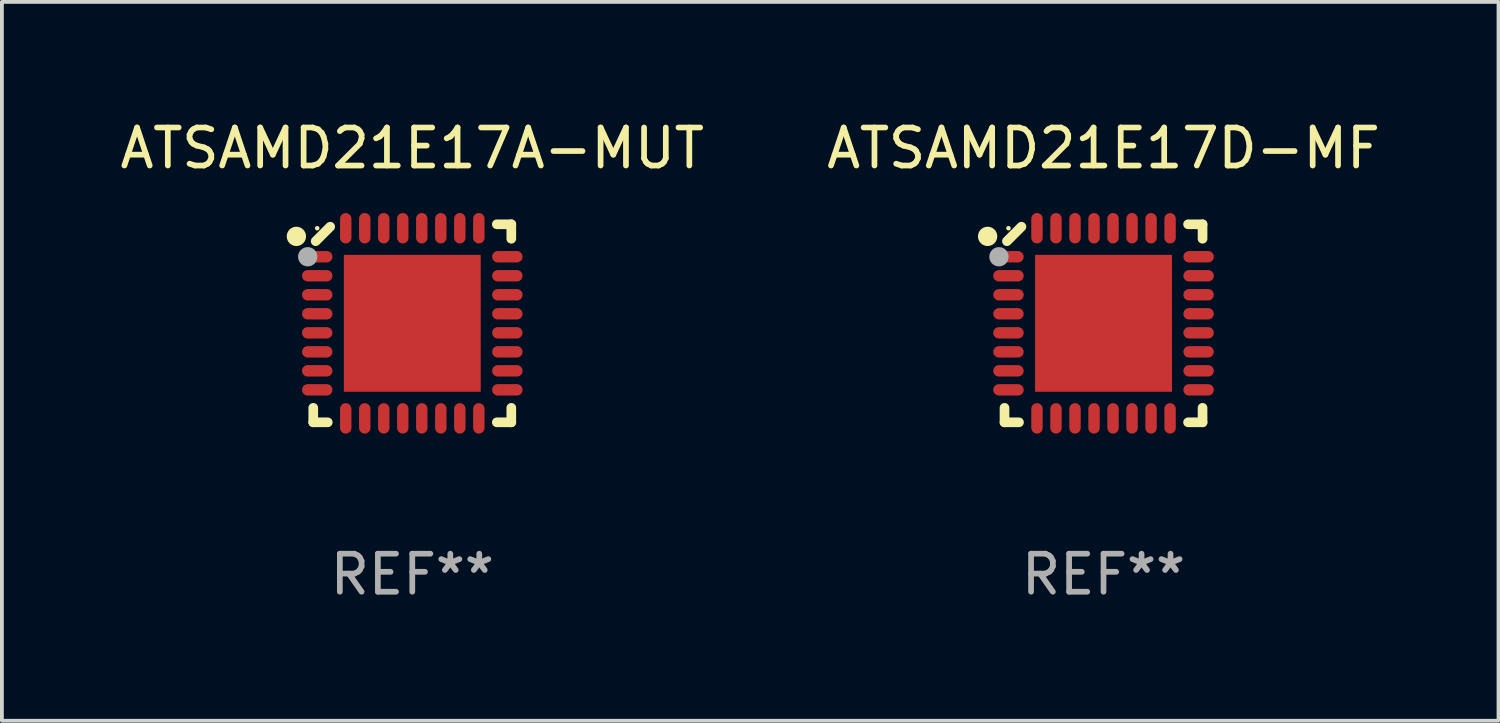
<source format=kicad_pcb>
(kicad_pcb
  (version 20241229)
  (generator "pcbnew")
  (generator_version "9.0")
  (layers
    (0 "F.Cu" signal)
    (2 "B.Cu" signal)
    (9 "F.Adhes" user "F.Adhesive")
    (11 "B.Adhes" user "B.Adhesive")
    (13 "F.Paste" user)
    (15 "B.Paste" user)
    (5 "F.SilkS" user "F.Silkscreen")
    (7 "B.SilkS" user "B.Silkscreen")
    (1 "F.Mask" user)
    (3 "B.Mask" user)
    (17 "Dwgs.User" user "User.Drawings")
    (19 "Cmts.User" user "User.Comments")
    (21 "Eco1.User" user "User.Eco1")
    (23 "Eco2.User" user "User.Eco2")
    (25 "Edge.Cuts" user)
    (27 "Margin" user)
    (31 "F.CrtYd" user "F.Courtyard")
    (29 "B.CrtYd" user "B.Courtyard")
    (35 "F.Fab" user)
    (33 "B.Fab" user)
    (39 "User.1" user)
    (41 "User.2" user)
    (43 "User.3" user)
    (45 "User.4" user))
  (footprint "ATSAMD21E17A-MUT"
    (layer "F.Cu")
    (at 7.792 5.452)
    (property "Reference" "ATSAMD21E17A-MUT" (at 0 -4.604 0) (layer "F.SilkS") (effects (font (size 1 1) (thickness 0.15))))
    (attr through_hole)
    (fp_line (start -2.604 2.223) (end -2.604 2.604) (stroke (width 0.254) (type solid)) (layer "F.SilkS"))
    (fp_line (start -2.604 2.604) (end -2.223 2.604) (stroke (width 0.254) (type solid)) (layer "F.SilkS"))
    (fp_line (start -2.159 -2.54) (end -2.54 -2.159) (stroke (width 0.254) (type solid)) (layer "F.SilkS"))
    (fp_line (start 2.223 2.604) (end 2.604 2.604) (stroke (width 0.254) (type solid)) (layer "F.SilkS"))
    (fp_line (start 2.604 -2.604) (end 2.223 -2.604) (stroke (width 0.254) (type solid)) (layer "F.SilkS"))
    (fp_line (start 2.604 -2.223) (end 2.604 -2.604) (stroke (width 0.254) (type solid)) (layer "F.SilkS"))
    (fp_line (start 2.604 2.604) (end 2.604 2.223) (stroke (width 0.254) (type solid)) (layer "F.SilkS"))
    (fp_circle (center -3.048 -2.286) (end -2.921 -2.286) (stroke (width 0.254) (type solid)) (fill no) (layer "F.SilkS"))
    (fp_circle (center -2.5 -2.5) (end -2.47 -2.5) (stroke (width 0.06) (type solid)) (fill no) (layer "F.SilkS"))
    (fp_circle (center -2.75 -1.75) (end -2.623 -1.75) (stroke (width 0.254) (type solid)) (fill no) (layer "F.Fab"))
    (fp_text user "REF**" (at 0 6.604 0) (layer "F.Fab") (effects (font (size 1 1) (thickness 0.15))))
    (pad "1" smd oval (at -2.5 -1.75) (size 0.8 0.3) (layers "F.Cu" "F.Mask" "F.Paste"))
    (pad "2" smd oval (at -2.5 -1.25) (size 0.8 0.3) (layers "F.Cu" "F.Mask" "F.Paste"))
    (pad "3" smd oval (at -2.5 -0.75) (size 0.8 0.3) (layers "F.Cu" "F.Mask" "F.Paste"))
    (pad "4" smd oval (at -2.5 -0.25) (size 0.8 0.3) (layers "F.Cu" "F.Mask" "F.Paste"))
    (pad "5" smd oval (at -2.5 0.25) (size 0.8 0.3) (layers "F.Cu" "F.Mask" "F.Paste"))
    (pad "6" smd oval (at -2.5 0.75) (size 0.8 0.3) (layers "F.Cu" "F.Mask" "F.Paste"))
    (pad "7" smd oval (at -2.5 1.25) (size 0.8 0.3) (layers "F.Cu" "F.Mask" "F.Paste"))
    (pad "8" smd oval (at -2.5 1.75) (size 0.8 0.3) (layers "F.Cu" "F.Mask" "F.Paste"))
    (pad "9" smd oval (at -1.75 2.5) (size 0.3 0.8) (layers "F.Cu" "F.Mask" "F.Paste"))
    (pad "10" smd oval (at -1.25 2.5) (size 0.3 0.8) (layers "F.Cu" "F.Mask" "F.Paste"))
    (pad "11" smd oval (at -0.75 2.5) (size 0.3 0.8) (layers "F.Cu" "F.Mask" "F.Paste"))
    (pad "12" smd oval (at -0.25 2.5) (size 0.3 0.8) (layers "F.Cu" "F.Mask" "F.Paste"))
    (pad "13" smd oval (at 0.25 2.5) (size 0.3 0.8) (layers "F.Cu" "F.Mask" "F.Paste"))
    (pad "14" smd oval (at 0.75 2.5) (size 0.3 0.8) (layers "F.Cu" "F.Mask" "F.Paste"))
    (pad "15" smd oval (at 1.25 2.5) (size 0.3 0.8) (layers "F.Cu" "F.Mask" "F.Paste"))
    (pad "16" smd oval (at 1.75 2.5) (size 0.3 0.8) (layers "F.Cu" "F.Mask" "F.Paste"))
    (pad "17" smd oval (at 2.5 1.75) (size 0.8 0.3) (layers "F.Cu" "F.Mask" "F.Paste"))
    (pad "18" smd oval (at 2.5 1.25) (size 0.8 0.3) (layers "F.Cu" "F.Mask" "F.Paste"))
    (pad "19" smd oval (at 2.5 0.75) (size 0.8 0.3) (layers "F.Cu" "F.Mask" "F.Paste"))
    (pad "20" smd oval (at 2.5 0.25) (size 0.8 0.3) (layers "F.Cu" "F.Mask" "F.Paste"))
    (pad "21" smd oval (at 2.5 -0.25) (size 0.8 0.3) (layers "F.Cu" "F.Mask" "F.Paste"))
    (pad "22" smd oval (at 2.5 -0.75) (size 0.8 0.3) (layers "F.Cu" "F.Mask" "F.Paste"))
    (pad "23" smd oval (at 2.5 -1.25) (size 0.8 0.3) (layers "F.Cu" "F.Mask" "F.Paste"))
    (pad "24" smd oval (at 2.5 -1.75) (size 0.8 0.3) (layers "F.Cu" "F.Mask" "F.Paste"))
    (pad "25" smd oval (at 1.75 -2.5) (size 0.3 0.8) (layers "F.Cu" "F.Mask" "F.Paste"))
    (pad "26" smd oval (at 1.25 -2.5) (size 0.3 0.8) (layers "F.Cu" "F.Mask" "F.Paste"))
    (pad "27" smd oval (at 0.75 -2.5) (size 0.3 0.8) (layers "F.Cu" "F.Mask" "F.Paste"))
    (pad "28" smd oval (at 0.25 -2.5) (size 0.3 0.8) (layers "F.Cu" "F.Mask" "F.Paste"))
    (pad "29" smd oval (at -0.25 -2.5) (size 0.3 0.8) (layers "F.Cu" "F.Mask" "F.Paste"))
    (pad "30" smd oval (at -0.75 -2.5) (size 0.3 0.8) (layers "F.Cu" "F.Mask" "F.Paste"))
    (pad "31" smd oval (at -1.25 -2.5) (size 0.3 0.8) (layers "F.Cu" "F.Mask" "F.Paste"))
    (pad "32" smd oval (at -1.75 -2.5) (size 0.3 0.8) (layers "F.Cu" "F.Mask" "F.Paste"))
    (pad "33" smd rect (at -0.000076 0) (size 3.6 3.6) (layers "F.Cu" "F.Mask" "F.Paste")))
  (footprint "ATSAMD21E17D-MF"
    (layer "F.Cu")
    (at 25.97 5.452)
    (property "Reference" "ATSAMD21E17D-MF" (at 0 -4.604 0) (layer "F.SilkS") (effects (font (size 1 1) (thickness 0.15))))
    (attr through_hole)
    (fp_line (start -2.604 2.223) (end -2.604 2.604) (stroke (width 0.254) (type solid)) (layer "F.SilkS"))
    (fp_line (start -2.604 2.604) (end -2.223 2.604) (stroke (width 0.254) (type solid)) (layer "F.SilkS"))
    (fp_line (start -2.159 -2.54) (end -2.54 -2.159) (stroke (width 0.254) (type solid)) (layer "F.SilkS"))
    (fp_line (start 2.223 2.604) (end 2.604 2.604) (stroke (width 0.254) (type solid)) (layer "F.SilkS"))
    (fp_line (start 2.604 -2.604) (end 2.223 -2.604) (stroke (width 0.254) (type solid)) (layer "F.SilkS"))
    (fp_line (start 2.604 -2.223) (end 2.604 -2.604) (stroke (width 0.254) (type solid)) (layer "F.SilkS"))
    (fp_line (start 2.604 2.604) (end 2.604 2.223) (stroke (width 0.254) (type solid)) (layer "F.SilkS"))
    (fp_circle (center -3.048 -2.286) (end -2.921 -2.286) (stroke (width 0.254) (type solid)) (fill no) (layer "F.SilkS"))
    (fp_circle (center -2.5 -2.5) (end -2.47 -2.5) (stroke (width 0.06) (type solid)) (fill no) (layer "F.SilkS"))
    (fp_circle (center -2.75 -1.75) (end -2.623 -1.75) (stroke (width 0.254) (type solid)) (fill no) (layer "F.Fab"))
    (fp_text user "REF**" (at 0 6.604 0) (layer "F.Fab") (effects (font (size 1 1) (thickness 0.15))))
    (pad "1" smd oval (at -2.5 -1.75) (size 0.8 0.3) (layers "F.Cu" "F.Mask" "F.Paste"))
    (pad "2" smd oval (at -2.5 -1.25) (size 0.8 0.3) (layers "F.Cu" "F.Mask" "F.Paste"))
    (pad "3" smd oval (at -2.5 -0.75) (size 0.8 0.3) (layers "F.Cu" "F.Mask" "F.Paste"))
    (pad "4" smd oval (at -2.5 -0.25) (size 0.8 0.3) (layers "F.Cu" "F.Mask" "F.Paste"))
    (pad "5" smd oval (at -2.5 0.25) (size 0.8 0.3) (layers "F.Cu" "F.Mask" "F.Paste"))
    (pad "6" smd oval (at -2.5 0.75) (size 0.8 0.3) (layers "F.Cu" "F.Mask" "F.Paste"))
    (pad "7" smd oval (at -2.5 1.25) (size 0.8 0.3) (layers "F.Cu" "F.Mask" "F.Paste"))
    (pad "8" smd oval (at -2.5 1.75) (size 0.8 0.3) (layers "F.Cu" "F.Mask" "F.Paste"))
    (pad "9" smd oval (at -1.75 2.5) (size 0.3 0.8) (layers "F.Cu" "F.Mask" "F.Paste"))
    (pad "10" smd oval (at -1.25 2.5) (size 0.3 0.8) (layers "F.Cu" "F.Mask" "F.Paste"))
    (pad "11" smd oval (at -0.75 2.5) (size 0.3 0.8) (layers "F.Cu" "F.Mask" "F.Paste"))
    (pad "12" smd oval (at -0.25 2.5) (size 0.3 0.8) (layers "F.Cu" "F.Mask" "F.Paste"))
    (pad "13" smd oval (at 0.25 2.5) (size 0.3 0.8) (layers "F.Cu" "F.Mask" "F.Paste"))
    (pad "14" smd oval (at 0.75 2.5) (size 0.3 0.8) (layers "F.Cu" "F.Mask" "F.Paste"))
    (pad "15" smd oval (at 1.25 2.5) (size 0.3 0.8) (layers "F.Cu" "F.Mask" "F.Paste"))
    (pad "16" smd oval (at 1.75 2.5) (size 0.3 0.8) (layers "F.Cu" "F.Mask" "F.Paste"))
    (pad "17" smd oval (at 2.5 1.75) (size 0.8 0.3) (layers "F.Cu" "F.Mask" "F.Paste"))
    (pad "18" smd oval (at 2.5 1.25) (size 0.8 0.3) (layers "F.Cu" "F.Mask" "F.Paste"))
    (pad "19" smd oval (at 2.5 0.75) (size 0.8 0.3) (layers "F.Cu" "F.Mask" "F.Paste"))
    (pad "20" smd oval (at 2.5 0.25) (size 0.8 0.3) (layers "F.Cu" "F.Mask" "F.Paste"))
    (pad "21" smd oval (at 2.5 -0.25) (size 0.8 0.3) (layers "F.Cu" "F.Mask" "F.Paste"))
    (pad "22" smd oval (at 2.5 -0.75) (size 0.8 0.3) (layers "F.Cu" "F.Mask" "F.Paste"))
    (pad "23" smd oval (at 2.5 -1.25) (size 0.8 0.3) (layers "F.Cu" "F.Mask" "F.Paste"))
    (pad "24" smd oval (at 2.5 -1.75) (size 0.8 0.3) (layers "F.Cu" "F.Mask" "F.Paste"))
    (pad "25" smd oval (at 1.75 -2.5) (size 0.3 0.8) (layers "F.Cu" "F.Mask" "F.Paste"))
    (pad "26" smd oval (at 1.25 -2.5) (size 0.3 0.8) (layers "F.Cu" "F.Mask" "F.Paste"))
    (pad "27" smd oval (at 0.75 -2.5) (size 0.3 0.8) (layers "F.Cu" "F.Mask" "F.Paste"))
    (pad "28" smd oval (at 0.25 -2.5) (size 0.3 0.8) (layers "F.Cu" "F.Mask" "F.Paste"))
    (pad "29" smd oval (at -0.25 -2.5) (size 0.3 0.8) (layers "F.Cu" "F.Mask" "F.Paste"))
    (pad "30" smd oval (at -0.75 -2.5) (size 0.3 0.8) (layers "F.Cu" "F.Mask" "F.Paste"))
    (pad "31" smd oval (at -1.25 -2.5) (size 0.3 0.8) (layers "F.Cu" "F.Mask" "F.Paste"))
    (pad "32" smd oval (at -1.75 -2.5) (size 0.3 0.8) (layers "F.Cu" "F.Mask" "F.Paste"))
    (pad "33" smd rect (at -0.000076 0) (size 3.6 3.6) (layers "F.Cu" "F.Mask" "F.Paste")))
  (gr_rect
    (start -3 -3)
    (end 36.357 15.904)
    (stroke (width 0.1) (type default))
    (fill no)
    (layer "Edge.Cuts")))
</source>
